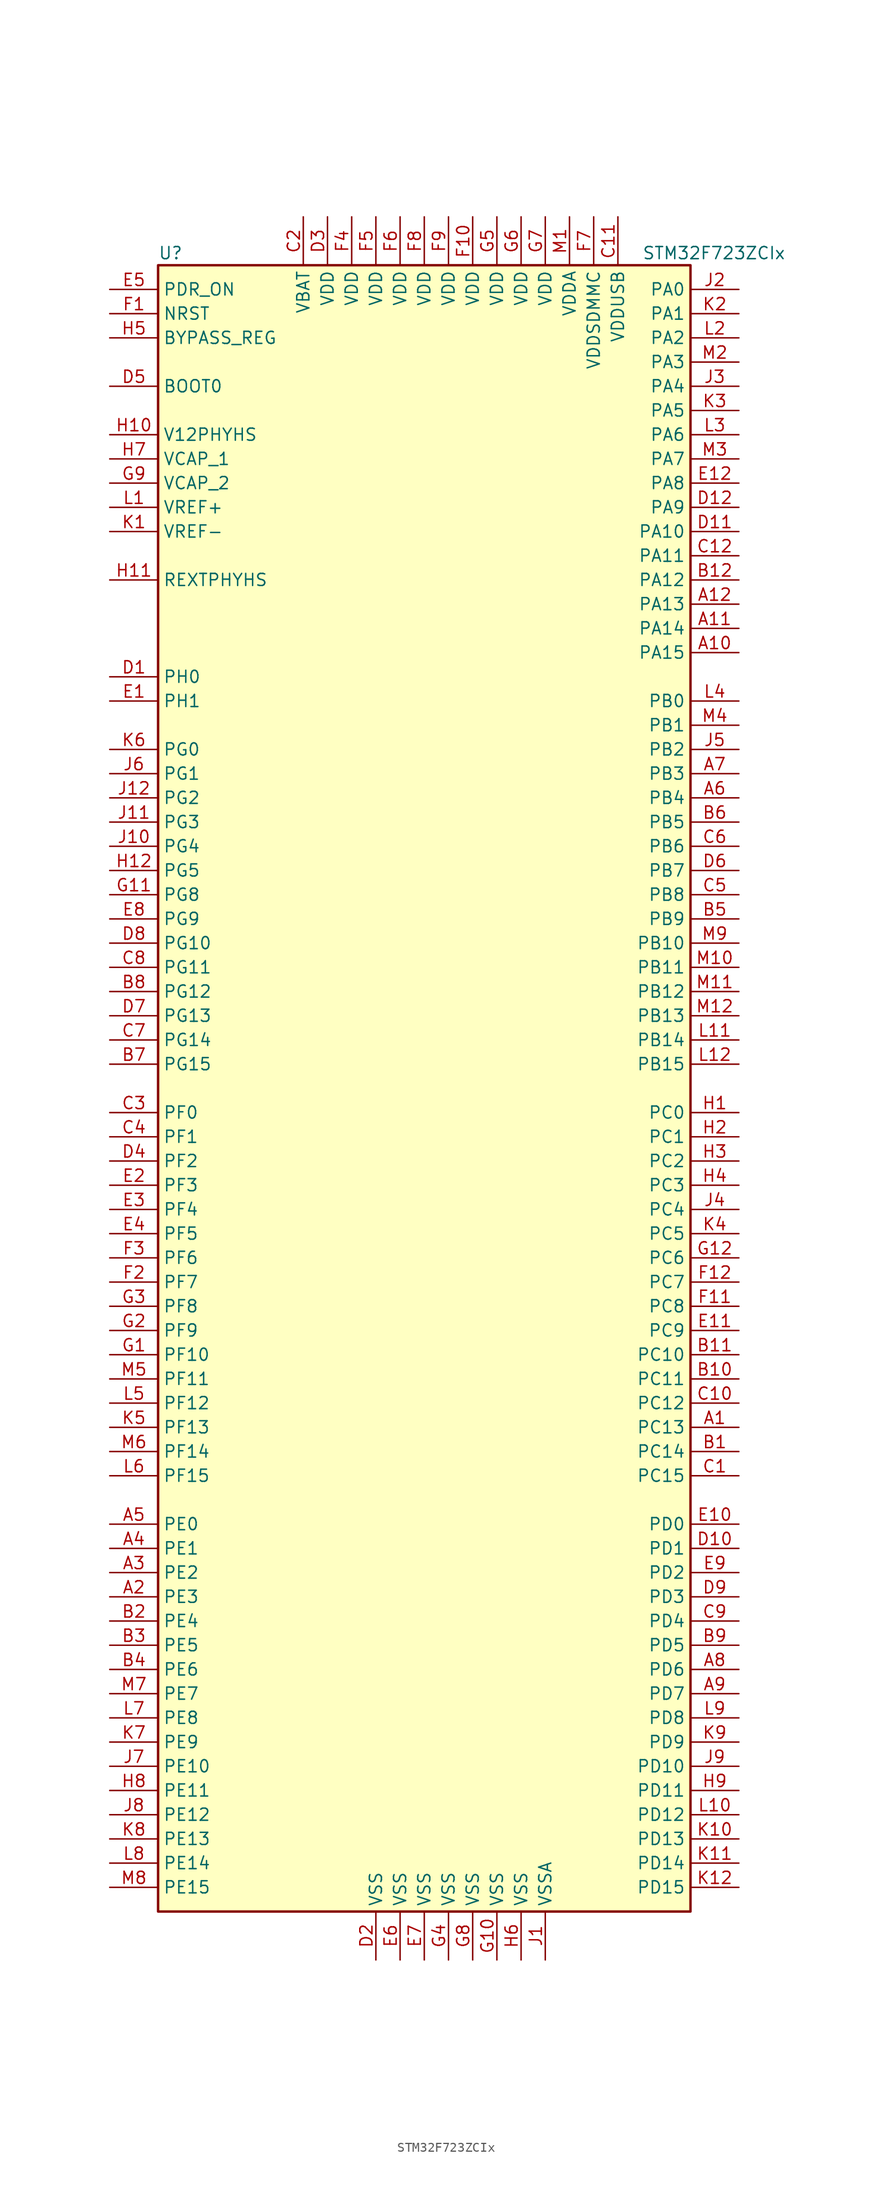
<source format=kicad_sym>
(kicad_symbol_lib
  (version 20220914)
  (generator kicad_symbol_editor)
  (symbol "STM32F723ZCIx"
    (property "Reference" "U"
      (at -27.94 87.63 0)
      (effects (font (size 1.27 1.27)) (justify left)))
    (property "Value" "STM32F723ZCIx"
      (at 22.86 87.63 0)
      (effects (font (size 1.27 1.27)) (justify left)))
    (symbol "STM32F723ZCIx_0_1"
      (rectangle (start -27.94 -86.36) (end 27.94 86.36) (stroke (width 0.254) (type default)) (fill (type background))))
    (symbol "STM32F723ZCIx_1_1"
      (pin bidirectional line (at 33.02 -35.56 180) (length 5.08) (name "PC13" (effects (font (size 1.27 1.27)))) (number "A1" (effects (font (size 1.27 1.27)))))
      (pin bidirectional line (at 33.02 45.72 180) (length 5.08) (name "PA15" (effects (font (size 1.27 1.27)))) (number "A10" (effects (font (size 1.27 1.27)))))
      (pin bidirectional line (at 33.02 48.26 180) (length 5.08) (name "PA14" (effects (font (size 1.27 1.27)))) (number "A11" (effects (font (size 1.27 1.27)))))
      (pin bidirectional line (at 33.02 50.8 180) (length 5.08) (name "PA13" (effects (font (size 1.27 1.27)))) (number "A12" (effects (font (size 1.27 1.27)))))
      (pin bidirectional line (at -33.02 -53.34 0) (length 5.08) (name "PE3" (effects (font (size 1.27 1.27)))) (number "A2" (effects (font (size 1.27 1.27)))))
      (pin bidirectional line (at -33.02 -50.8 0) (length 5.08) (name "PE2" (effects (font (size 1.27 1.27)))) (number "A3" (effects (font (size 1.27 1.27)))))
      (pin bidirectional line (at -33.02 -48.26 0) (length 5.08) (name "PE1" (effects (font (size 1.27 1.27)))) (number "A4" (effects (font (size 1.27 1.27)))))
      (pin bidirectional line (at -33.02 -45.72 0) (length 5.08) (name "PE0" (effects (font (size 1.27 1.27)))) (number "A5" (effects (font (size 1.27 1.27)))))
      (pin bidirectional line (at 33.02 30.48 180) (length 5.08) (name "PB4" (effects (font (size 1.27 1.27)))) (number "A6" (effects (font (size 1.27 1.27)))))
      (pin bidirectional line (at 33.02 33.02 180) (length 5.08) (name "PB3" (effects (font (size 1.27 1.27)))) (number "A7" (effects (font (size 1.27 1.27)))))
      (pin bidirectional line (at 33.02 -60.96 180) (length 5.08) (name "PD6" (effects (font (size 1.27 1.27)))) (number "A8" (effects (font (size 1.27 1.27)))))
      (pin bidirectional line (at 33.02 -63.5 180) (length 5.08) (name "PD7" (effects (font (size 1.27 1.27)))) (number "A9" (effects (font (size 1.27 1.27)))))
      (pin bidirectional line (at 33.02 -38.1 180) (length 5.08) (name "PC14" (effects (font (size 1.27 1.27)))) (number "B1" (effects (font (size 1.27 1.27)))))
      (pin bidirectional line (at 33.02 -30.48 180) (length 5.08) (name "PC11" (effects (font (size 1.27 1.27)))) (number "B10" (effects (font (size 1.27 1.27)))))
      (pin bidirectional line (at 33.02 -27.94 180) (length 5.08) (name "PC10" (effects (font (size 1.27 1.27)))) (number "B11" (effects (font (size 1.27 1.27)))))
      (pin bidirectional line (at 33.02 53.34 180) (length 5.08) (name "PA12" (effects (font (size 1.27 1.27)))) (number "B12" (effects (font (size 1.27 1.27)))))
      (pin bidirectional line (at -33.02 -55.88 0) (length 5.08) (name "PE4" (effects (font (size 1.27 1.27)))) (number "B2" (effects (font (size 1.27 1.27)))))
      (pin bidirectional line (at -33.02 -58.42 0) (length 5.08) (name "PE5" (effects (font (size 1.27 1.27)))) (number "B3" (effects (font (size 1.27 1.27)))))
      (pin bidirectional line (at -33.02 -60.96 0) (length 5.08) (name "PE6" (effects (font (size 1.27 1.27)))) (number "B4" (effects (font (size 1.27 1.27)))))
      (pin bidirectional line (at 33.02 17.78 180) (length 5.08) (name "PB9" (effects (font (size 1.27 1.27)))) (number "B5" (effects (font (size 1.27 1.27)))))
      (pin bidirectional line (at 33.02 27.94 180) (length 5.08) (name "PB5" (effects (font (size 1.27 1.27)))) (number "B6" (effects (font (size 1.27 1.27)))))
      (pin bidirectional line (at -33.02 2.54 0) (length 5.08) (name "PG15" (effects (font (size 1.27 1.27)))) (number "B7" (effects (font (size 1.27 1.27)))))
      (pin bidirectional line (at -33.02 10.16 0) (length 5.08) (name "PG12" (effects (font (size 1.27 1.27)))) (number "B8" (effects (font (size 1.27 1.27)))))
      (pin bidirectional line (at 33.02 -58.42 180) (length 5.08) (name "PD5" (effects (font (size 1.27 1.27)))) (number "B9" (effects (font (size 1.27 1.27)))))
      (pin bidirectional line (at 33.02 -40.64 180) (length 5.08) (name "PC15" (effects (font (size 1.27 1.27)))) (number "C1" (effects (font (size 1.27 1.27)))))
      (pin bidirectional line (at 33.02 -33.02 180) (length 5.08) (name "PC12" (effects (font (size 1.27 1.27)))) (number "C10" (effects (font (size 1.27 1.27)))))
      (pin power_in line (at 20.32 91.44 270) (length 5.08) (name "VDDUSB" (effects (font (size 1.27 1.27)))) (number "C11" (effects (font (size 1.27 1.27)))))
      (pin bidirectional line (at 33.02 55.88 180) (length 5.08) (name "PA11" (effects (font (size 1.27 1.27)))) (number "C12" (effects (font (size 1.27 1.27)))))
      (pin power_in line (at -12.7 91.44 270) (length 5.08) (name "VBAT" (effects (font (size 1.27 1.27)))) (number "C2" (effects (font (size 1.27 1.27)))))
      (pin bidirectional line (at -33.02 -2.54 0) (length 5.08) (name "PF0" (effects (font (size 1.27 1.27)))) (number "C3" (effects (font (size 1.27 1.27)))))
      (pin bidirectional line (at -33.02 -5.08 0) (length 5.08) (name "PF1" (effects (font (size 1.27 1.27)))) (number "C4" (effects (font (size 1.27 1.27)))))
      (pin bidirectional line (at 33.02 20.32 180) (length 5.08) (name "PB8" (effects (font (size 1.27 1.27)))) (number "C5" (effects (font (size 1.27 1.27)))))
      (pin bidirectional line (at 33.02 25.4 180) (length 5.08) (name "PB6" (effects (font (size 1.27 1.27)))) (number "C6" (effects (font (size 1.27 1.27)))))
      (pin bidirectional line (at -33.02 5.08 0) (length 5.08) (name "PG14" (effects (font (size 1.27 1.27)))) (number "C7" (effects (font (size 1.27 1.27)))))
      (pin bidirectional line (at -33.02 12.7 0) (length 5.08) (name "PG11" (effects (font (size 1.27 1.27)))) (number "C8" (effects (font (size 1.27 1.27)))))
      (pin bidirectional line (at 33.02 -55.88 180) (length 5.08) (name "PD4" (effects (font (size 1.27 1.27)))) (number "C9" (effects (font (size 1.27 1.27)))))
      (pin input line (at -33.02 43.18 0) (length 5.08) (name "PH0" (effects (font (size 1.27 1.27)))) (number "D1" (effects (font (size 1.27 1.27)))))
      (pin bidirectional line (at 33.02 -48.26 180) (length 5.08) (name "PD1" (effects (font (size 1.27 1.27)))) (number "D10" (effects (font (size 1.27 1.27)))))
      (pin bidirectional line (at 33.02 58.42 180) (length 5.08) (name "PA10" (effects (font (size 1.27 1.27)))) (number "D11" (effects (font (size 1.27 1.27)))))
      (pin bidirectional line (at 33.02 60.96 180) (length 5.08) (name "PA9" (effects (font (size 1.27 1.27)))) (number "D12" (effects (font (size 1.27 1.27)))))
      (pin power_in line (at -5.08 -91.44 90) (length 5.08) (name "VSS" (effects (font (size 1.27 1.27)))) (number "D2" (effects (font (size 1.27 1.27)))))
      (pin power_in line (at -10.16 91.44 270) (length 5.08) (name "VDD" (effects (font (size 1.27 1.27)))) (number "D3" (effects (font (size 1.27 1.27)))))
      (pin bidirectional line (at -33.02 -7.62 0) (length 5.08) (name "PF2" (effects (font (size 1.27 1.27)))) (number "D4" (effects (font (size 1.27 1.27)))))
      (pin input line (at -33.02 73.66 0) (length 5.08) (name "BOOT0" (effects (font (size 1.27 1.27)))) (number "D5" (effects (font (size 1.27 1.27)))))
      (pin bidirectional line (at 33.02 22.86 180) (length 5.08) (name "PB7" (effects (font (size 1.27 1.27)))) (number "D6" (effects (font (size 1.27 1.27)))))
      (pin bidirectional line (at -33.02 7.62 0) (length 5.08) (name "PG13" (effects (font (size 1.27 1.27)))) (number "D7" (effects (font (size 1.27 1.27)))))
      (pin bidirectional line (at -33.02 15.24 0) (length 5.08) (name "PG10" (effects (font (size 1.27 1.27)))) (number "D8" (effects (font (size 1.27 1.27)))))
      (pin bidirectional line (at 33.02 -53.34 180) (length 5.08) (name "PD3" (effects (font (size 1.27 1.27)))) (number "D9" (effects (font (size 1.27 1.27)))))
      (pin input line (at -33.02 40.64 0) (length 5.08) (name "PH1" (effects (font (size 1.27 1.27)))) (number "E1" (effects (font (size 1.27 1.27)))))
      (pin bidirectional line (at 33.02 -45.72 180) (length 5.08) (name "PD0" (effects (font (size 1.27 1.27)))) (number "E10" (effects (font (size 1.27 1.27)))))
      (pin bidirectional line (at 33.02 -25.4 180) (length 5.08) (name "PC9" (effects (font (size 1.27 1.27)))) (number "E11" (effects (font (size 1.27 1.27)))))
      (pin bidirectional line (at 33.02 63.5 180) (length 5.08) (name "PA8" (effects (font (size 1.27 1.27)))) (number "E12" (effects (font (size 1.27 1.27)))))
      (pin bidirectional line (at -33.02 -10.16 0) (length 5.08) (name "PF3" (effects (font (size 1.27 1.27)))) (number "E2" (effects (font (size 1.27 1.27)))))
      (pin bidirectional line (at -33.02 -12.7 0) (length 5.08) (name "PF4" (effects (font (size 1.27 1.27)))) (number "E3" (effects (font (size 1.27 1.27)))))
      (pin bidirectional line (at -33.02 -15.24 0) (length 5.08) (name "PF5" (effects (font (size 1.27 1.27)))) (number "E4" (effects (font (size 1.27 1.27)))))
      (pin input line (at -33.02 83.82 0) (length 5.08) (name "PDR_ON" (effects (font (size 1.27 1.27)))) (number "E5" (effects (font (size 1.27 1.27)))))
      (pin power_in line (at -2.54 -91.44 90) (length 5.08) (name "VSS" (effects (font (size 1.27 1.27)))) (number "E6" (effects (font (size 1.27 1.27)))))
      (pin power_in line (at 0 -91.44 90) (length 5.08) (name "VSS" (effects (font (size 1.27 1.27)))) (number "E7" (effects (font (size 1.27 1.27)))))
      (pin bidirectional line (at -33.02 17.78 0) (length 5.08) (name "PG9" (effects (font (size 1.27 1.27)))) (number "E8" (effects (font (size 1.27 1.27)))))
      (pin bidirectional line (at 33.02 -50.8 180) (length 5.08) (name "PD2" (effects (font (size 1.27 1.27)))) (number "E9" (effects (font (size 1.27 1.27)))))
      (pin input line (at -33.02 81.28 0) (length 5.08) (name "NRST" (effects (font (size 1.27 1.27)))) (number "F1" (effects (font (size 1.27 1.27)))))
      (pin power_in line (at 5.08 91.44 270) (length 5.08) (name "VDD" (effects (font (size 1.27 1.27)))) (number "F10" (effects (font (size 1.27 1.27)))))
      (pin bidirectional line (at 33.02 -22.86 180) (length 5.08) (name "PC8" (effects (font (size 1.27 1.27)))) (number "F11" (effects (font (size 1.27 1.27)))))
      (pin bidirectional line (at 33.02 -20.32 180) (length 5.08) (name "PC7" (effects (font (size 1.27 1.27)))) (number "F12" (effects (font (size 1.27 1.27)))))
      (pin bidirectional line (at -33.02 -20.32 0) (length 5.08) (name "PF7" (effects (font (size 1.27 1.27)))) (number "F2" (effects (font (size 1.27 1.27)))))
      (pin bidirectional line (at -33.02 -17.78 0) (length 5.08) (name "PF6" (effects (font (size 1.27 1.27)))) (number "F3" (effects (font (size 1.27 1.27)))))
      (pin power_in line (at -7.62 91.44 270) (length 5.08) (name "VDD" (effects (font (size 1.27 1.27)))) (number "F4" (effects (font (size 1.27 1.27)))))
      (pin power_in line (at -5.08 91.44 270) (length 5.08) (name "VDD" (effects (font (size 1.27 1.27)))) (number "F5" (effects (font (size 1.27 1.27)))))
      (pin power_in line (at -2.54 91.44 270) (length 5.08) (name "VDD" (effects (font (size 1.27 1.27)))) (number "F6" (effects (font (size 1.27 1.27)))))
      (pin power_in line (at 17.78 91.44 270) (length 5.08) (name "VDDSDMMC" (effects (font (size 1.27 1.27)))) (number "F7" (effects (font (size 1.27 1.27)))))
      (pin power_in line (at 0 91.44 270) (length 5.08) (name "VDD" (effects (font (size 1.27 1.27)))) (number "F8" (effects (font (size 1.27 1.27)))))
      (pin power_in line (at 2.54 91.44 270) (length 5.08) (name "VDD" (effects (font (size 1.27 1.27)))) (number "F9" (effects (font (size 1.27 1.27)))))
      (pin bidirectional line (at -33.02 -27.94 0) (length 5.08) (name "PF10" (effects (font (size 1.27 1.27)))) (number "G1" (effects (font (size 1.27 1.27)))))
      (pin power_in line (at 7.62 -91.44 90) (length 5.08) (name "VSS" (effects (font (size 1.27 1.27)))) (number "G10" (effects (font (size 1.27 1.27)))))
      (pin bidirectional line (at -33.02 20.32 0) (length 5.08) (name "PG8" (effects (font (size 1.27 1.27)))) (number "G11" (effects (font (size 1.27 1.27)))))
      (pin bidirectional line (at 33.02 -17.78 180) (length 5.08) (name "PC6" (effects (font (size 1.27 1.27)))) (number "G12" (effects (font (size 1.27 1.27)))))
      (pin bidirectional line (at -33.02 -25.4 0) (length 5.08) (name "PF9" (effects (font (size 1.27 1.27)))) (number "G2" (effects (font (size 1.27 1.27)))))
      (pin bidirectional line (at -33.02 -22.86 0) (length 5.08) (name "PF8" (effects (font (size 1.27 1.27)))) (number "G3" (effects (font (size 1.27 1.27)))))
      (pin power_in line (at 2.54 -91.44 90) (length 5.08) (name "VSS" (effects (font (size 1.27 1.27)))) (number "G4" (effects (font (size 1.27 1.27)))))
      (pin power_in line (at 7.62 91.44 270) (length 5.08) (name "VDD" (effects (font (size 1.27 1.27)))) (number "G5" (effects (font (size 1.27 1.27)))))
      (pin power_in line (at 10.16 91.44 270) (length 5.08) (name "VDD" (effects (font (size 1.27 1.27)))) (number "G6" (effects (font (size 1.27 1.27)))))
      (pin power_in line (at 12.7 91.44 270) (length 5.08) (name "VDD" (effects (font (size 1.27 1.27)))) (number "G7" (effects (font (size 1.27 1.27)))))
      (pin power_in line (at 5.08 -91.44 90) (length 5.08) (name "VSS" (effects (font (size 1.27 1.27)))) (number "G8" (effects (font (size 1.27 1.27)))))
      (pin power_in line (at -33.02 63.5 0) (length 5.08) (name "VCAP_2" (effects (font (size 1.27 1.27)))) (number "G9" (effects (font (size 1.27 1.27)))))
      (pin bidirectional line (at 33.02 -2.54 180) (length 5.08) (name "PC0" (effects (font (size 1.27 1.27)))) (number "H1" (effects (font (size 1.27 1.27)))))
      (pin power_in line (at -33.02 68.58 0) (length 5.08) (name "V12PHYHS" (effects (font (size 1.27 1.27)))) (number "H10" (effects (font (size 1.27 1.27)))))
      (pin bidirectional line (at -33.02 53.34 0) (length 5.08) (name "REXTPHYHS" (effects (font (size 1.27 1.27)))) (number "H11" (effects (font (size 1.27 1.27)))))
      (pin bidirectional line (at -33.02 22.86 0) (length 5.08) (name "PG5" (effects (font (size 1.27 1.27)))) (number "H12" (effects (font (size 1.27 1.27)))))
      (pin bidirectional line (at 33.02 -5.08 180) (length 5.08) (name "PC1" (effects (font (size 1.27 1.27)))) (number "H2" (effects (font (size 1.27 1.27)))))
      (pin bidirectional line (at 33.02 -7.62 180) (length 5.08) (name "PC2" (effects (font (size 1.27 1.27)))) (number "H3" (effects (font (size 1.27 1.27)))))
      (pin bidirectional line (at 33.02 -10.16 180) (length 5.08) (name "PC3" (effects (font (size 1.27 1.27)))) (number "H4" (effects (font (size 1.27 1.27)))))
      (pin input line (at -33.02 78.74 0) (length 5.08) (name "BYPASS_REG" (effects (font (size 1.27 1.27)))) (number "H5" (effects (font (size 1.27 1.27)))))
      (pin power_in line (at 10.16 -91.44 90) (length 5.08) (name "VSS" (effects (font (size 1.27 1.27)))) (number "H6" (effects (font (size 1.27 1.27)))))
      (pin power_in line (at -33.02 66.04 0) (length 5.08) (name "VCAP_1" (effects (font (size 1.27 1.27)))) (number "H7" (effects (font (size 1.27 1.27)))))
      (pin bidirectional line (at -33.02 -73.66 0) (length 5.08) (name "PE11" (effects (font (size 1.27 1.27)))) (number "H8" (effects (font (size 1.27 1.27)))))
      (pin bidirectional line (at 33.02 -73.66 180) (length 5.08) (name "PD11" (effects (font (size 1.27 1.27)))) (number "H9" (effects (font (size 1.27 1.27)))))
      (pin power_in line (at 12.7 -91.44 90) (length 5.08) (name "VSSA" (effects (font (size 1.27 1.27)))) (number "J1" (effects (font (size 1.27 1.27)))))
      (pin bidirectional line (at -33.02 25.4 0) (length 5.08) (name "PG4" (effects (font (size 1.27 1.27)))) (number "J10" (effects (font (size 1.27 1.27)))))
      (pin bidirectional line (at -33.02 27.94 0) (length 5.08) (name "PG3" (effects (font (size 1.27 1.27)))) (number "J11" (effects (font (size 1.27 1.27)))))
      (pin bidirectional line (at -33.02 30.48 0) (length 5.08) (name "PG2" (effects (font (size 1.27 1.27)))) (number "J12" (effects (font (size 1.27 1.27)))))
      (pin bidirectional line (at 33.02 83.82 180) (length 5.08) (name "PA0" (effects (font (size 1.27 1.27)))) (number "J2" (effects (font (size 1.27 1.27)))))
      (pin bidirectional line (at 33.02 73.66 180) (length 5.08) (name "PA4" (effects (font (size 1.27 1.27)))) (number "J3" (effects (font (size 1.27 1.27)))))
      (pin bidirectional line (at 33.02 -12.7 180) (length 5.08) (name "PC4" (effects (font (size 1.27 1.27)))) (number "J4" (effects (font (size 1.27 1.27)))))
      (pin bidirectional line (at 33.02 35.56 180) (length 5.08) (name "PB2" (effects (font (size 1.27 1.27)))) (number "J5" (effects (font (size 1.27 1.27)))))
      (pin bidirectional line (at -33.02 33.02 0) (length 5.08) (name "PG1" (effects (font (size 1.27 1.27)))) (number "J6" (effects (font (size 1.27 1.27)))))
      (pin bidirectional line (at -33.02 -71.12 0) (length 5.08) (name "PE10" (effects (font (size 1.27 1.27)))) (number "J7" (effects (font (size 1.27 1.27)))))
      (pin bidirectional line (at -33.02 -76.2 0) (length 5.08) (name "PE12" (effects (font (size 1.27 1.27)))) (number "J8" (effects (font (size 1.27 1.27)))))
      (pin bidirectional line (at 33.02 -71.12 180) (length 5.08) (name "PD10" (effects (font (size 1.27 1.27)))) (number "J9" (effects (font (size 1.27 1.27)))))
      (pin power_in line (at -33.02 58.42 0) (length 5.08) (name "VREF-" (effects (font (size 1.27 1.27)))) (number "K1" (effects (font (size 1.27 1.27)))))
      (pin bidirectional line (at 33.02 -78.74 180) (length 5.08) (name "PD13" (effects (font (size 1.27 1.27)))) (number "K10" (effects (font (size 1.27 1.27)))))
      (pin bidirectional line (at 33.02 -81.28 180) (length 5.08) (name "PD14" (effects (font (size 1.27 1.27)))) (number "K11" (effects (font (size 1.27 1.27)))))
      (pin bidirectional line (at 33.02 -83.82 180) (length 5.08) (name "PD15" (effects (font (size 1.27 1.27)))) (number "K12" (effects (font (size 1.27 1.27)))))
      (pin bidirectional line (at 33.02 81.28 180) (length 5.08) (name "PA1" (effects (font (size 1.27 1.27)))) (number "K2" (effects (font (size 1.27 1.27)))))
      (pin bidirectional line (at 33.02 71.12 180) (length 5.08) (name "PA5" (effects (font (size 1.27 1.27)))) (number "K3" (effects (font (size 1.27 1.27)))))
      (pin bidirectional line (at 33.02 -15.24 180) (length 5.08) (name "PC5" (effects (font (size 1.27 1.27)))) (number "K4" (effects (font (size 1.27 1.27)))))
      (pin bidirectional line (at -33.02 -35.56 0) (length 5.08) (name "PF13" (effects (font (size 1.27 1.27)))) (number "K5" (effects (font (size 1.27 1.27)))))
      (pin bidirectional line (at -33.02 35.56 0) (length 5.08) (name "PG0" (effects (font (size 1.27 1.27)))) (number "K6" (effects (font (size 1.27 1.27)))))
      (pin bidirectional line (at -33.02 -68.58 0) (length 5.08) (name "PE9" (effects (font (size 1.27 1.27)))) (number "K7" (effects (font (size 1.27 1.27)))))
      (pin bidirectional line (at -33.02 -78.74 0) (length 5.08) (name "PE13" (effects (font (size 1.27 1.27)))) (number "K8" (effects (font (size 1.27 1.27)))))
      (pin bidirectional line (at 33.02 -68.58 180) (length 5.08) (name "PD9" (effects (font (size 1.27 1.27)))) (number "K9" (effects (font (size 1.27 1.27)))))
      (pin power_in line (at -33.02 60.96 0) (length 5.08) (name "VREF+" (effects (font (size 1.27 1.27)))) (number "L1" (effects (font (size 1.27 1.27)))))
      (pin bidirectional line (at 33.02 -76.2 180) (length 5.08) (name "PD12" (effects (font (size 1.27 1.27)))) (number "L10" (effects (font (size 1.27 1.27)))))
      (pin bidirectional line (at 33.02 5.08 180) (length 5.08) (name "PB14" (effects (font (size 1.27 1.27)))) (number "L11" (effects (font (size 1.27 1.27)))))
      (pin bidirectional line (at 33.02 2.54 180) (length 5.08) (name "PB15" (effects (font (size 1.27 1.27)))) (number "L12" (effects (font (size 1.27 1.27)))))
      (pin bidirectional line (at 33.02 78.74 180) (length 5.08) (name "PA2" (effects (font (size 1.27 1.27)))) (number "L2" (effects (font (size 1.27 1.27)))))
      (pin bidirectional line (at 33.02 68.58 180) (length 5.08) (name "PA6" (effects (font (size 1.27 1.27)))) (number "L3" (effects (font (size 1.27 1.27)))))
      (pin bidirectional line (at 33.02 40.64 180) (length 5.08) (name "PB0" (effects (font (size 1.27 1.27)))) (number "L4" (effects (font (size 1.27 1.27)))))
      (pin bidirectional line (at -33.02 -33.02 0) (length 5.08) (name "PF12" (effects (font (size 1.27 1.27)))) (number "L5" (effects (font (size 1.27 1.27)))))
      (pin bidirectional line (at -33.02 -40.64 0) (length 5.08) (name "PF15" (effects (font (size 1.27 1.27)))) (number "L6" (effects (font (size 1.27 1.27)))))
      (pin bidirectional line (at -33.02 -66.04 0) (length 5.08) (name "PE8" (effects (font (size 1.27 1.27)))) (number "L7" (effects (font (size 1.27 1.27)))))
      (pin bidirectional line (at -33.02 -81.28 0) (length 5.08) (name "PE14" (effects (font (size 1.27 1.27)))) (number "L8" (effects (font (size 1.27 1.27)))))
      (pin bidirectional line (at 33.02 -66.04 180) (length 5.08) (name "PD8" (effects (font (size 1.27 1.27)))) (number "L9" (effects (font (size 1.27 1.27)))))
      (pin power_in line (at 15.24 91.44 270) (length 5.08) (name "VDDA" (effects (font (size 1.27 1.27)))) (number "M1" (effects (font (size 1.27 1.27)))))
      (pin bidirectional line (at 33.02 12.7 180) (length 5.08) (name "PB11" (effects (font (size 1.27 1.27)))) (number "M10" (effects (font (size 1.27 1.27)))))
      (pin bidirectional line (at 33.02 10.16 180) (length 5.08) (name "PB12" (effects (font (size 1.27 1.27)))) (number "M11" (effects (font (size 1.27 1.27)))))
      (pin bidirectional line (at 33.02 7.62 180) (length 5.08) (name "PB13" (effects (font (size 1.27 1.27)))) (number "M12" (effects (font (size 1.27 1.27)))))
      (pin bidirectional line (at 33.02 76.2 180) (length 5.08) (name "PA3" (effects (font (size 1.27 1.27)))) (number "M2" (effects (font (size 1.27 1.27)))))
      (pin bidirectional line (at 33.02 66.04 180) (length 5.08) (name "PA7" (effects (font (size 1.27 1.27)))) (number "M3" (effects (font (size 1.27 1.27)))))
      (pin bidirectional line (at 33.02 38.1 180) (length 5.08) (name "PB1" (effects (font (size 1.27 1.27)))) (number "M4" (effects (font (size 1.27 1.27)))))
      (pin bidirectional line (at -33.02 -30.48 0) (length 5.08) (name "PF11" (effects (font (size 1.27 1.27)))) (number "M5" (effects (font (size 1.27 1.27)))))
      (pin bidirectional line (at -33.02 -38.1 0) (length 5.08) (name "PF14" (effects (font (size 1.27 1.27)))) (number "M6" (effects (font (size 1.27 1.27)))))
      (pin bidirectional line (at -33.02 -63.5 0) (length 5.08) (name "PE7" (effects (font (size 1.27 1.27)))) (number "M7" (effects (font (size 1.27 1.27)))))
      (pin bidirectional line (at -33.02 -83.82 0) (length 5.08) (name "PE15" (effects (font (size 1.27 1.27)))) (number "M8" (effects (font (size 1.27 1.27)))))
      (pin bidirectional line (at 33.02 15.24 180) (length 5.08) (name "PB10" (effects (font (size 1.27 1.27)))) (number "M9" (effects (font (size 1.27 1.27))))))))
</source>
